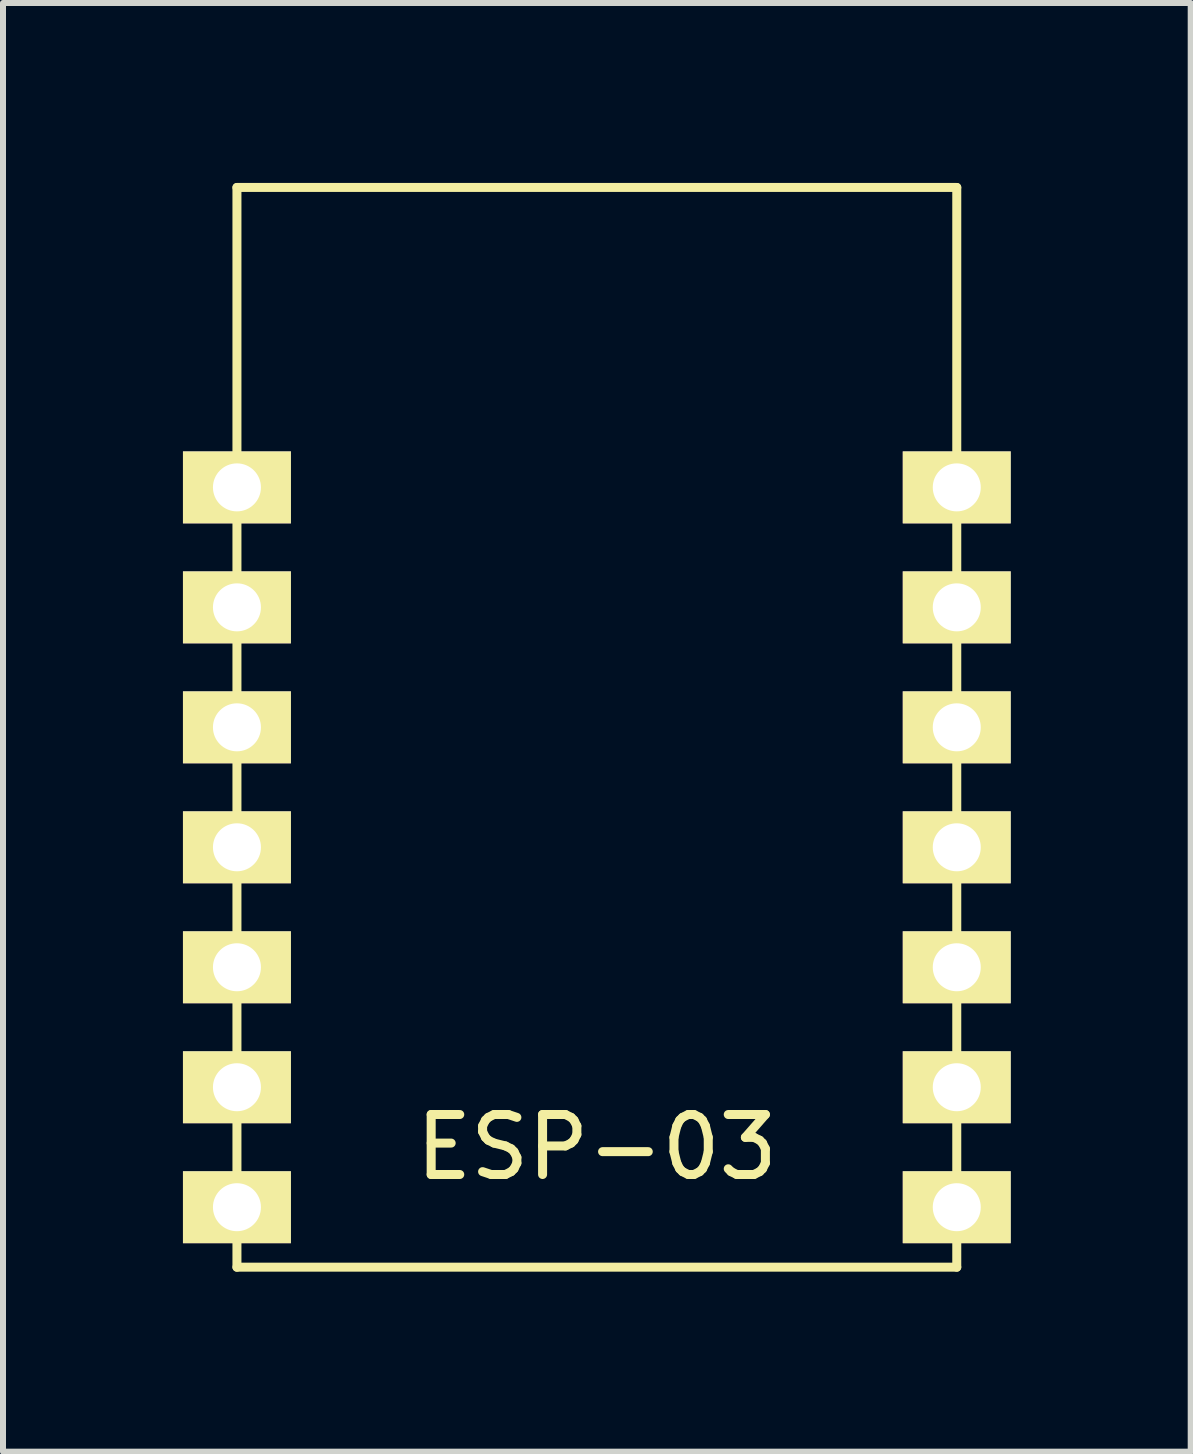
<source format=kicad_pcb>
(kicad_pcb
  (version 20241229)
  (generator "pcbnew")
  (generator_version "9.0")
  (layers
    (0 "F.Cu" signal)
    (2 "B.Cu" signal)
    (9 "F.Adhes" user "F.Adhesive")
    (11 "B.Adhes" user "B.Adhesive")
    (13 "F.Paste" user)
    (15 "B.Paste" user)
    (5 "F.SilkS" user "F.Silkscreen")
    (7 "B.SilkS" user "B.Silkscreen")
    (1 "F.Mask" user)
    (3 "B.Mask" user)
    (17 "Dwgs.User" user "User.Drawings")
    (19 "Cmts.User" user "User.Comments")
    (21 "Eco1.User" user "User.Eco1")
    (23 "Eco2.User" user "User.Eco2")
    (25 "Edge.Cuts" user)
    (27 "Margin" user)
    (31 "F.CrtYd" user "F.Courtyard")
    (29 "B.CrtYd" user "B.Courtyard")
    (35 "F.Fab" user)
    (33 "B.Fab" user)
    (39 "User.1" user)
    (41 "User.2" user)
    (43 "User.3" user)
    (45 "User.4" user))
  (footprint "ESP-03"
    (layer "F.Cu")
    (at 6.9 10.075)
    (property "Reference" "ESP-03" (at 0 6 0) (layer "F.SilkS") (effects (font (size 1 1) (thickness 0.15))))
    (attr through_hole)
    (fp_line (start -6 -10) (end 6 -10) (stroke (width 0.15) (type solid)) (layer "F.SilkS"))
    (fp_line (start -6 8) (end -6 -10) (stroke (width 0.15) (type solid)) (layer "F.SilkS"))
    (fp_line (start -6 8) (end 6 8) (stroke (width 0.15) (type solid)) (layer "F.SilkS"))
    (fp_line (start 6 8) (end 6 -10) (stroke (width 0.15) (type solid)) (layer "F.SilkS"))
    (pad "1" thru_hole rect (at -6 -5) (size 1.8 1.2) (drill 0.8) (layers "*.Cu" "*.Mask" "F.SilkS"))
    (pad "2" thru_hole rect (at -6 -3) (size 1.8 1.2) (drill 0.8) (layers "*.Cu" "*.Mask" "F.SilkS"))
    (pad "3" thru_hole rect (at -6 -1) (size 1.8 1.2) (drill 0.8) (layers "*.Cu" "*.Mask" "F.SilkS"))
    (pad "4" thru_hole rect (at -6 1) (size 1.8 1.2) (drill 0.8) (layers "*.Cu" "*.Mask" "F.SilkS"))
    (pad "5" thru_hole rect (at -6 3) (size 1.8 1.2) (drill 0.8) (layers "*.Cu" "*.Mask" "F.SilkS"))
    (pad "6" thru_hole rect (at -6 5) (size 1.8 1.2) (drill 0.8) (layers "*.Cu" "*.Mask" "F.SilkS"))
    (pad "7" thru_hole rect (at -6 7) (size 1.8 1.2) (drill 0.8) (layers "*.Cu" "*.Mask" "F.SilkS"))
    (pad "8" thru_hole rect (at 6 7) (size 1.8 1.2) (drill 0.8) (layers "*.Cu" "*.Mask" "F.SilkS"))
    (pad "9" thru_hole rect (at 6 5) (size 1.8 1.2) (drill 0.8) (layers "*.Cu" "*.Mask" "F.SilkS"))
    (pad "10" thru_hole rect (at 6 3) (size 1.8 1.2) (drill 0.8) (layers "*.Cu" "*.Mask" "F.SilkS"))
    (pad "11" thru_hole rect (at 6 1) (size 1.8 1.2) (drill 0.8) (layers "*.Cu" "*.Mask" "F.SilkS"))
    (pad "12" thru_hole rect (at 6 -1) (size 1.8 1.2) (drill 0.8) (layers "*.Cu" "*.Mask" "F.SilkS"))
    (pad "13" thru_hole rect (at 6 -3) (size 1.8 1.2) (drill 0.8) (layers "*.Cu" "*.Mask" "F.SilkS"))
    (pad "14" thru_hole rect (at 6 -5) (size 1.8 1.2) (drill 0.8) (layers "*.Cu" "*.Mask" "F.SilkS")))
  (gr_rect
    (start -3 -3)
    (end 16.8 21.15)
    (stroke (width 0.1) (type default))
    (fill no)
    (layer "Edge.Cuts")))
</source>
